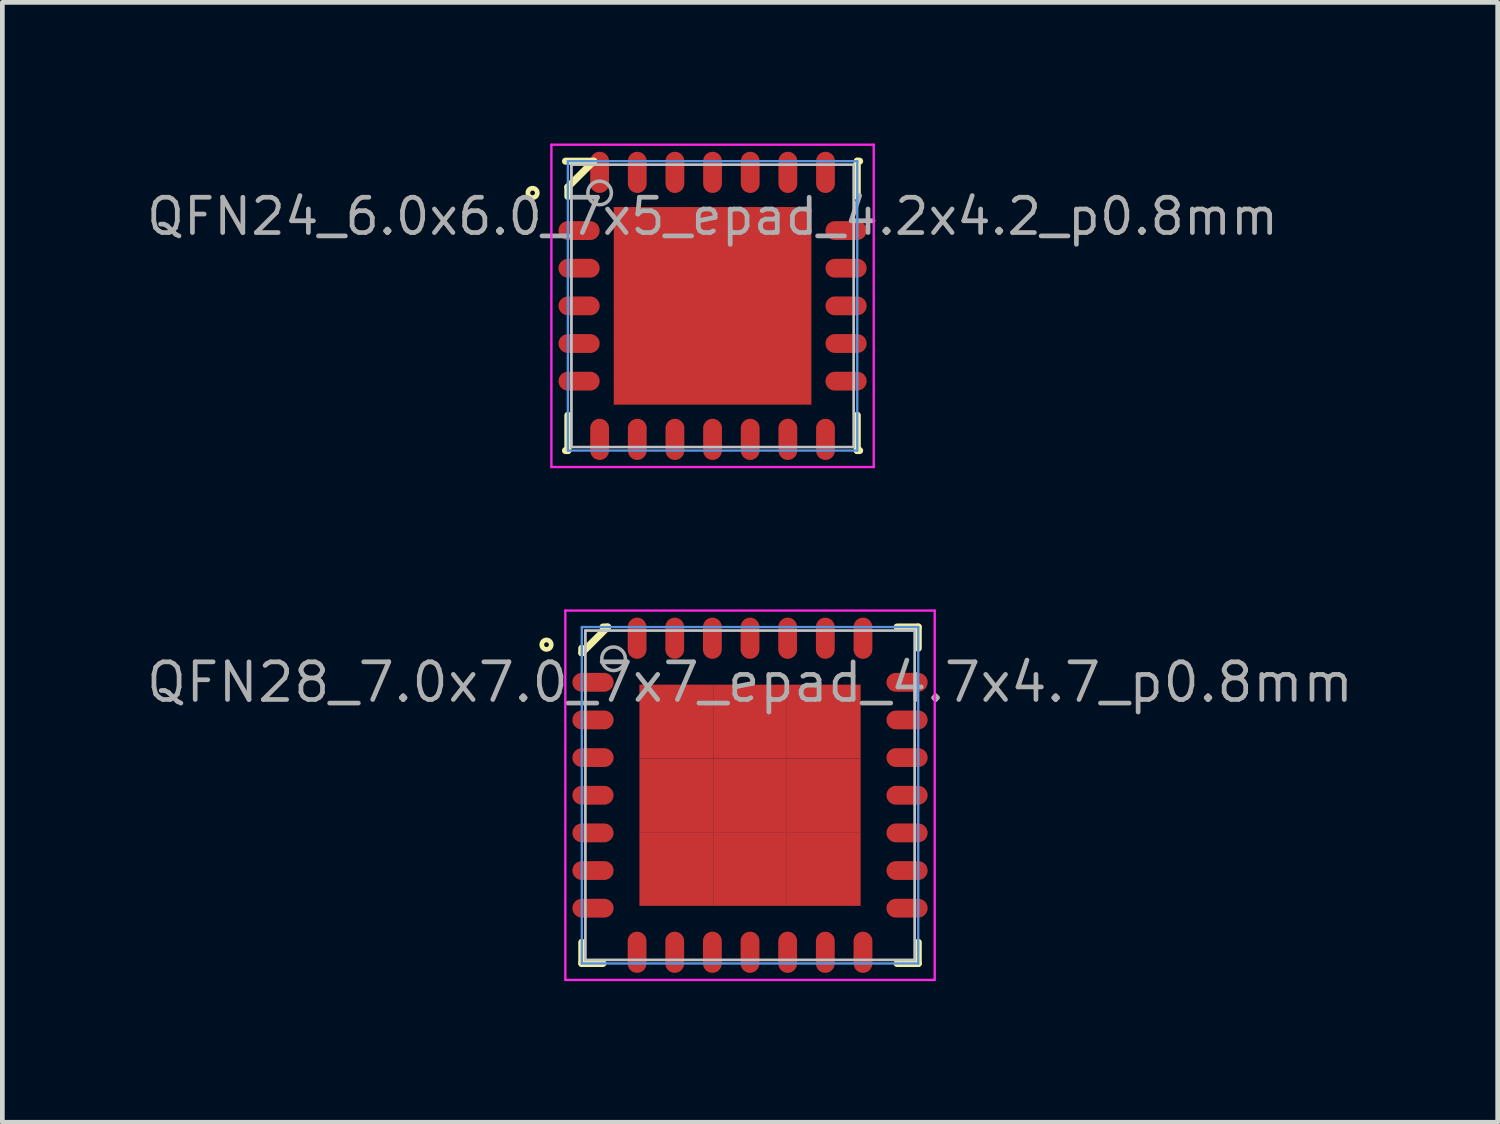
<source format=kicad_pcb>
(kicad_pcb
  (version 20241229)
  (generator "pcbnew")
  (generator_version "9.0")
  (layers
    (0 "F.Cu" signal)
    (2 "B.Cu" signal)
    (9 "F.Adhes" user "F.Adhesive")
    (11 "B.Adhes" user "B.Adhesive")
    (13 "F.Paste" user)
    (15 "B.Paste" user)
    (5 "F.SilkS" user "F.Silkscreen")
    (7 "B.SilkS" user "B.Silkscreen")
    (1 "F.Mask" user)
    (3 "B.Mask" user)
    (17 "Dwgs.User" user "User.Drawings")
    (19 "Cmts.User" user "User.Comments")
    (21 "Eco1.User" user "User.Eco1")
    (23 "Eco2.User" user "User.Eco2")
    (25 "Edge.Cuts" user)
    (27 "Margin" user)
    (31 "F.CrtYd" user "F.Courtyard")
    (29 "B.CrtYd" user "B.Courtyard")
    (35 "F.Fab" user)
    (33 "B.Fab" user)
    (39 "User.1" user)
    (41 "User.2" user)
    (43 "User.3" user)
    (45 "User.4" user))
  (footprint "QFN24_6.0x6.0_7x5_epad_4.2x4.2_p0.8mm"
    (layer "F.Cu")
    (at 12.093 3.45)
    (property "Reference" "QFN24_6.0x6.0_7x5_epad_4.2x4.2_p0.8mm" (at 0 -1.9 0) (layer "F.Fab") (effects (font (size 0.75 0.75) (thickness 0.1))))
    (attr through_hole)
    (fp_line (start -3.125 -3.075) (end -2.525 -3.075) (stroke (width 0.15) (type solid)) (layer "F.SilkS"))
    (fp_line (start -3.075 -2.525) (end -3.075 -2.325) (stroke (width 0.15) (type solid)) (layer "F.SilkS"))
    (fp_line (start -3.075 -2.525) (end -2.525 -3.075) (stroke (width 0.15) (type solid)) (layer "F.SilkS"))
    (fp_line (start -3.075 3.075) (end -3.125 3.075) (stroke (width 0.15) (type solid)) (layer "F.SilkS"))
    (fp_line (start -3.075 3.075) (end -3.075 2.325) (stroke (width 0.15) (type solid)) (layer "F.SilkS"))
    (fp_line (start 3.075 -3.075) (end 3.075 -2.325) (stroke (width 0.15) (type solid)) (layer "F.SilkS"))
    (fp_line (start 3.075 -3.075) (end 3.125 -3.075) (stroke (width 0.15) (type solid)) (layer "F.SilkS"))
    (fp_line (start 3.075 3.075) (end 3.075 2.325) (stroke (width 0.15) (type solid)) (layer "F.SilkS"))
    (fp_line (start 3.075 3.075) (end 3.125 3.075) (stroke (width 0.15) (type solid)) (layer "F.SilkS"))
    (fp_circle (center -3.825 -2.4) (end -3.754 -2.329) (stroke (width 0.1) (type solid)) (fill no) (layer "F.SilkS"))
    (fp_line (start -3 -3) (end -3 3) (stroke (width 0.05) (type solid)) (layer "Dwgs.User"))
    (fp_line (start -3 -3) (end 3 -3) (stroke (width 0.05) (type solid)) (layer "Dwgs.User"))
    (fp_line (start -3 3) (end 3 3) (stroke (width 0.05) (type solid)) (layer "Dwgs.User"))
    (fp_line (start 3 -3) (end 3 3) (stroke (width 0.05) (type solid)) (layer "Dwgs.User"))
    (fp_line (start -3.075 -3.075) (end -3.075 3.075) (stroke (width 0.05) (type solid)) (layer "Cmts.User"))
    (fp_line (start -3.075 -3.075) (end 3.075 -3.075) (stroke (width 0.05) (type solid)) (layer "Cmts.User"))
    (fp_line (start -3.075 3.075) (end 3.075 3.075) (stroke (width 0.05) (type solid)) (layer "Cmts.User"))
    (fp_line (start 3.075 -3.075) (end 3.075 3.075) (stroke (width 0.05) (type solid)) (layer "Cmts.User"))
    (fp_line (start -2.925 -2.925) (end -2.925 2.925) (stroke (width 0.05) (type solid)) (layer "Eco1.User"))
    (fp_line (start -2.925 -2.925) (end 2.925 -2.925) (stroke (width 0.05) (type solid)) (layer "Eco1.User"))
    (fp_line (start -2.925 2.925) (end 2.925 2.925) (stroke (width 0.05) (type solid)) (layer "Eco1.User"))
    (fp_line (start 2.925 -2.925) (end 2.925 2.925) (stroke (width 0.05) (type solid)) (layer "Eco1.User"))
    (fp_line (start -3.425 -3.425) (end -3.425 3.425) (stroke (width 0.05) (type solid)) (layer "F.CrtYd"))
    (fp_line (start -3.425 -3.425) (end 3.425 -3.425) (stroke (width 0.05) (type solid)) (layer "F.CrtYd"))
    (fp_line (start -3.425 3.425) (end 3.425 3.425) (stroke (width 0.05) (type solid)) (layer "F.CrtYd"))
    (fp_line (start 3.425 -3.425) (end 3.425 3.425) (stroke (width 0.05) (type solid)) (layer "F.CrtYd"))
    (fp_line (start -3 -3) (end -3 3) (stroke (width 0.05) (type solid)) (layer "F.Fab"))
    (fp_line (start -3 -3) (end 3 -3) (stroke (width 0.05) (type solid)) (layer "F.Fab"))
    (fp_line (start -3 3) (end 3 3) (stroke (width 0.05) (type solid)) (layer "F.Fab"))
    (fp_line (start 3 -3) (end 3 3) (stroke (width 0.05) (type solid)) (layer "F.Fab"))
    (fp_circle (center -2.4 -2.4) (end -2.223 -2.223) (stroke (width 0.075) (type solid)) (fill no) (layer "F.Fab"))
    (pad "1" smd oval (at -2.837 -1.6 180) (size 0.875 0.4) (layers "F.Cu" "F.Mask" "F.Paste"))
    (pad "2" smd oval (at -2.837 -0.8 180) (size 0.875 0.4) (layers "F.Cu" "F.Mask" "F.Paste"))
    (pad "3" smd oval (at -2.837 0 180) (size 0.875 0.4) (layers "F.Cu" "F.Mask" "F.Paste"))
    (pad "4" smd oval (at -2.837 0.8 180) (size 0.875 0.4) (layers "F.Cu" "F.Mask" "F.Paste"))
    (pad "5" smd oval (at -2.837 1.6 180) (size 0.875 0.4) (layers "F.Cu" "F.Mask" "F.Paste"))
    (pad "6" smd oval (at -2.4 2.837 270) (size 0.875 0.4) (layers "F.Cu" "F.Mask" "F.Paste"))
    (pad "7" smd oval (at -1.6 2.837 270) (size 0.875 0.4) (layers "F.Cu" "F.Mask" "F.Paste"))
    (pad "8" smd oval (at -0.8 2.837 270) (size 0.875 0.4) (layers "F.Cu" "F.Mask" "F.Paste"))
    (pad "9" smd oval (at 0 2.837 270) (size 0.875 0.4) (layers "F.Cu" "F.Mask" "F.Paste"))
    (pad "10" smd oval (at 0.8 2.837 270) (size 0.875 0.4) (layers "F.Cu" "F.Mask" "F.Paste"))
    (pad "11" smd oval (at 1.6 2.837 270) (size 0.875 0.4) (layers "F.Cu" "F.Mask" "F.Paste"))
    (pad "12" smd oval (at 2.4 2.837 270) (size 0.875 0.4) (layers "F.Cu" "F.Mask" "F.Paste"))
    (pad "13" smd oval (at 2.837 1.6) (size 0.875 0.4) (layers "F.Cu" "F.Mask" "F.Paste"))
    (pad "14" smd oval (at 2.837 0.8) (size 0.875 0.4) (layers "F.Cu" "F.Mask" "F.Paste"))
    (pad "15" smd oval (at 2.837 0) (size 0.875 0.4) (layers "F.Cu" "F.Mask" "F.Paste"))
    (pad "16" smd oval (at 2.837 -0.8) (size 0.875 0.4) (layers "F.Cu" "F.Mask" "F.Paste"))
    (pad "17" smd oval (at 2.837 -1.6) (size 0.875 0.4) (layers "F.Cu" "F.Mask" "F.Paste"))
    (pad "18" smd oval (at 2.4 -2.837 90) (size 0.875 0.4) (layers "F.Cu" "F.Mask" "F.Paste"))
    (pad "19" smd oval (at 1.6 -2.837 90) (size 0.875 0.4) (layers "F.Cu" "F.Mask" "F.Paste"))
    (pad "20" smd oval (at 0.8 -2.837 90) (size 0.875 0.4) (layers "F.Cu" "F.Mask" "F.Paste"))
    (pad "21" smd oval (at 0 -2.837 90) (size 0.875 0.4) (layers "F.Cu" "F.Mask" "F.Paste"))
    (pad "22" smd oval (at -0.8 -2.837 90) (size 0.875 0.4) (layers "F.Cu" "F.Mask" "F.Paste"))
    (pad "23" smd oval (at -1.6 -2.837 90) (size 0.875 0.4) (layers "F.Cu" "F.Mask" "F.Paste"))
    (pad "24" smd oval (at -2.4 -2.837 90) (size 0.875 0.4) (layers "F.Cu" "F.Mask" "F.Paste"))
    (pad "25" smd rect (at 0 0) (size 4.2 4.2) (layers "F.Cu" "F.Mask" "F.Paste")))
  (footprint "QFN28_7.0x7.0_7x7_epad_4.7x4.7_p0.8mm"
    (layer "F.Cu")
    (at 12.889 13.85)
    (property "Reference" "QFN28_7.0x7.0_7x7_epad_4.7x4.7_p0.8mm" (at 0 -2.4 0) (layer "F.Fab") (effects (font (size 0.8 0.8) (thickness 0.1))))
    (attr through_hole)
    (fp_line (start -3.575 -3.025) (end -3.575 -3.125) (stroke (width 0.15) (type solid)) (layer "F.SilkS"))
    (fp_line (start -3.575 -3.025) (end -3.025 -3.575) (stroke (width 0.15) (type solid)) (layer "F.SilkS"))
    (fp_line (start -3.575 3.575) (end -3.575 3.125) (stroke (width 0.15) (type solid)) (layer "F.SilkS"))
    (fp_line (start -3.575 3.575) (end -3.125 3.575) (stroke (width 0.15) (type solid)) (layer "F.SilkS"))
    (fp_line (start -3.125 -3.575) (end -3.025 -3.575) (stroke (width 0.15) (type solid)) (layer "F.SilkS"))
    (fp_line (start 3.575 -3.575) (end 3.125 -3.575) (stroke (width 0.15) (type solid)) (layer "F.SilkS"))
    (fp_line (start 3.575 -3.575) (end 3.575 -3.125) (stroke (width 0.15) (type solid)) (layer "F.SilkS"))
    (fp_line (start 3.575 3.575) (end 3.125 3.575) (stroke (width 0.15) (type solid)) (layer "F.SilkS"))
    (fp_line (start 3.575 3.575) (end 3.575 3.125) (stroke (width 0.15) (type solid)) (layer "F.SilkS"))
    (fp_circle (center -4.325 -3.2) (end -4.254 -3.129) (stroke (width 0.1) (type solid)) (fill no) (layer "F.SilkS"))
    (fp_line (start -3.5 -3.5) (end -3.5 3.5) (stroke (width 0.05) (type solid)) (layer "Dwgs.User"))
    (fp_line (start -3.5 -3.5) (end 3.5 -3.5) (stroke (width 0.05) (type solid)) (layer "Dwgs.User"))
    (fp_line (start -3.5 3.5) (end 3.5 3.5) (stroke (width 0.05) (type solid)) (layer "Dwgs.User"))
    (fp_line (start 3.5 -3.5) (end 3.5 3.5) (stroke (width 0.05) (type solid)) (layer "Dwgs.User"))
    (fp_line (start -3.575 -3.575) (end -3.575 3.575) (stroke (width 0.05) (type solid)) (layer "Cmts.User"))
    (fp_line (start -3.575 -3.575) (end 3.575 -3.575) (stroke (width 0.05) (type solid)) (layer "Cmts.User"))
    (fp_line (start -3.575 3.575) (end 3.575 3.575) (stroke (width 0.05) (type solid)) (layer "Cmts.User"))
    (fp_line (start 3.575 -3.575) (end 3.575 3.575) (stroke (width 0.05) (type solid)) (layer "Cmts.User"))
    (fp_line (start -3.425 -3.425) (end -3.425 3.425) (stroke (width 0.05) (type solid)) (layer "Eco1.User"))
    (fp_line (start -3.425 -3.425) (end 3.425 -3.425) (stroke (width 0.05) (type solid)) (layer "Eco1.User"))
    (fp_line (start -3.425 3.425) (end 3.425 3.425) (stroke (width 0.05) (type solid)) (layer "Eco1.User"))
    (fp_line (start 3.425 -3.425) (end 3.425 3.425) (stroke (width 0.05) (type solid)) (layer "Eco1.User"))
    (fp_line (start -3.925 -3.925) (end -3.925 3.925) (stroke (width 0.05) (type solid)) (layer "F.CrtYd"))
    (fp_line (start -3.925 -3.925) (end 3.925 -3.925) (stroke (width 0.05) (type solid)) (layer "F.CrtYd"))
    (fp_line (start -3.925 3.925) (end 3.925 3.925) (stroke (width 0.05) (type solid)) (layer "F.CrtYd"))
    (fp_line (start 3.925 -3.925) (end 3.925 3.925) (stroke (width 0.05) (type solid)) (layer "F.CrtYd"))
    (fp_line (start -3.5 -3.5) (end -3.5 3.5) (stroke (width 0.05) (type solid)) (layer "F.Fab"))
    (fp_line (start -3.5 -3.5) (end 3.5 -3.5) (stroke (width 0.05) (type solid)) (layer "F.Fab"))
    (fp_line (start -3.5 3.5) (end 3.5 3.5) (stroke (width 0.05) (type solid)) (layer "F.Fab"))
    (fp_line (start 3.5 -3.5) (end 3.5 3.5) (stroke (width 0.05) (type solid)) (layer "F.Fab"))
    (fp_circle (center -2.9 -2.9) (end -2.723 -2.723) (stroke (width 0.075) (type solid)) (fill no) (layer "F.Fab"))
    (pad "1" smd oval (at -3.337 -2.4 180) (size 0.875 0.4) (layers "F.Cu" "F.Mask" "F.Paste"))
    (pad "2" smd oval (at -3.337 -1.6 180) (size 0.875 0.4) (layers "F.Cu" "F.Mask" "F.Paste"))
    (pad "3" smd oval (at -3.337 -0.8 180) (size 0.875 0.4) (layers "F.Cu" "F.Mask" "F.Paste"))
    (pad "4" smd oval (at -3.337 0 180) (size 0.875 0.4) (layers "F.Cu" "F.Mask" "F.Paste"))
    (pad "5" smd oval (at -3.337 0.8 180) (size 0.875 0.4) (layers "F.Cu" "F.Mask" "F.Paste"))
    (pad "6" smd oval (at -3.337 1.6 180) (size 0.875 0.4) (layers "F.Cu" "F.Mask" "F.Paste"))
    (pad "7" smd oval (at -3.337 2.4 180) (size 0.875 0.4) (layers "F.Cu" "F.Mask" "F.Paste"))
    (pad "8" smd oval (at -2.4 3.337 270) (size 0.875 0.4) (layers "F.Cu" "F.Mask" "F.Paste"))
    (pad "9" smd oval (at -1.6 3.337 270) (size 0.875 0.4) (layers "F.Cu" "F.Mask" "F.Paste"))
    (pad "10" smd oval (at -0.8 3.337 270) (size 0.875 0.4) (layers "F.Cu" "F.Mask" "F.Paste"))
    (pad "11" smd oval (at 0 3.337 270) (size 0.875 0.4) (layers "F.Cu" "F.Mask" "F.Paste"))
    (pad "12" smd oval (at 0.8 3.337 270) (size 0.875 0.4) (layers "F.Cu" "F.Mask" "F.Paste"))
    (pad "13" smd oval (at 1.6 3.337 270) (size 0.875 0.4) (layers "F.Cu" "F.Mask" "F.Paste"))
    (pad "14" smd oval (at 2.4 3.337 270) (size 0.875 0.4) (layers "F.Cu" "F.Mask" "F.Paste"))
    (pad "15" smd oval (at 3.337 2.4) (size 0.875 0.4) (layers "F.Cu" "F.Mask" "F.Paste"))
    (pad "16" smd oval (at 3.337 1.6) (size 0.875 0.4) (layers "F.Cu" "F.Mask" "F.Paste"))
    (pad "17" smd oval (at 3.337 0.8) (size 0.875 0.4) (layers "F.Cu" "F.Mask" "F.Paste"))
    (pad "18" smd oval (at 3.337 0) (size 0.875 0.4) (layers "F.Cu" "F.Mask" "F.Paste"))
    (pad "19" smd oval (at 3.337 -0.8) (size 0.875 0.4) (layers "F.Cu" "F.Mask" "F.Paste"))
    (pad "20" smd oval (at 3.337 -1.6) (size 0.875 0.4) (layers "F.Cu" "F.Mask" "F.Paste"))
    (pad "21" smd oval (at 3.337 -2.4) (size 0.875 0.4) (layers "F.Cu" "F.Mask" "F.Paste"))
    (pad "22" smd oval (at 2.4 -3.337 90) (size 0.875 0.4) (layers "F.Cu" "F.Mask" "F.Paste"))
    (pad "23" smd oval (at 1.6 -3.337 90) (size 0.875 0.4) (layers "F.Cu" "F.Mask" "F.Paste"))
    (pad "24" smd oval (at 0.8 -3.337 90) (size 0.875 0.4) (layers "F.Cu" "F.Mask" "F.Paste"))
    (pad "25" smd oval (at 0 -3.337 90) (size 0.875 0.4) (layers "F.Cu" "F.Mask" "F.Paste"))
    (pad "26" smd oval (at -0.8 -3.337 90) (size 0.875 0.4) (layers "F.Cu" "F.Mask" "F.Paste"))
    (pad "27" smd oval (at -1.6 -3.337 90) (size 0.875 0.4) (layers "F.Cu" "F.Mask" "F.Paste"))
    (pad "28" smd oval (at -2.4 -3.337 90) (size 0.875 0.4) (layers "F.Cu" "F.Mask" "F.Paste"))
    (pad "29" smd rect (at -1.567 -1.567) (size 1.567 1.567) (layers "F.Cu" "F.Mask" "F.Paste"))
    (pad "29" smd rect (at -1.567 0) (size 1.567 1.567) (layers "F.Cu" "F.Mask" "F.Paste"))
    (pad "29" smd rect (at -1.567 1.567) (size 1.567 1.567) (layers "F.Cu" "F.Mask" "F.Paste"))
    (pad "29" smd rect (at 0 -1.567) (size 1.567 1.567) (layers "F.Cu" "F.Mask" "F.Paste"))
    (pad "29" smd rect (at 0 0) (size 1.567 1.567) (layers "F.Cu" "F.Mask" "F.Paste"))
    (pad "29" smd rect (at 0 1.567) (size 1.567 1.567) (layers "F.Cu" "F.Mask" "F.Paste"))
    (pad "29" smd rect (at 1.567 -1.567) (size 1.567 1.567) (layers "F.Cu" "F.Mask" "F.Paste"))
    (pad "29" smd rect (at 1.567 0) (size 1.567 1.567) (layers "F.Cu" "F.Mask" "F.Paste"))
    (pad "29" smd rect (at 1.567 1.567) (size 1.567 1.567) (layers "F.Cu" "F.Mask" "F.Paste")))
  (gr_rect
    (start -3 -3)
    (end 28.778 20.8)
    (stroke (width 0.1) (type default))
    (fill no)
    (layer "Edge.Cuts")))
</source>
